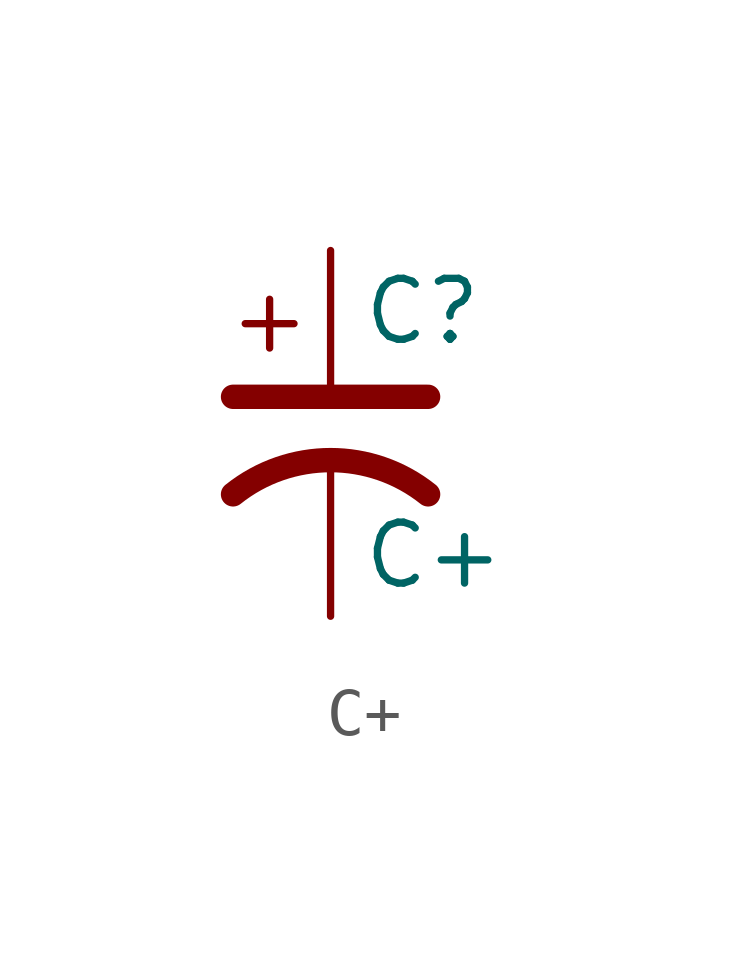
<source format=kicad_sym>
(kicad_symbol_lib
  (version 20241209)
  (generator "kicad_symbol_editor")
  (generator_version "9.0")
  (symbol "C+"
    (pin_numbers
      (hide yes))
    (pin_names
      (offset 0.254)
      (hide yes))
    (property "Reference" "C"
      (at 0.635 2.54 0)
      (effects (font (size 1.27 1.27)) (justify left)))
    (property "Value" "C+"
      (at 0.635 -2.54 0)
      (effects (font (size 1.27 1.27)) (justify left)))
    (symbol "C+_0_1"
      (polyline (pts (xy -2.032 0.762) (xy 2.032 0.762)) (stroke (width 0.508) (type default)) (fill (type none)))
      (polyline (pts (xy -1.778 2.286) (xy -0.762 2.286)) (stroke (width 0) (type default)) (fill (type none)))
      (polyline (pts (xy -1.27 1.778) (xy -1.27 2.794)) (stroke (width 0) (type default)) (fill (type none)))
      (arc (start -2.032 -1.27) (mid 0 -0.5572) (end 2.032 -1.27) (stroke (width 0.508) (type default)) (fill (type none))))
    (symbol "C+_1_1"
      (pin passive line (at 0 3.81 270) (length 2.794) (name "~" (effects (font (size 1.27 1.27)))) (number "1" (effects (font (size 1.27 1.27)))))
      (pin passive line (at 0 -3.81 90) (length 3.302) (name "~" (effects (font (size 1.27 1.27)))) (number "2" (effects (font (size 1.27 1.27))))))))
</source>
